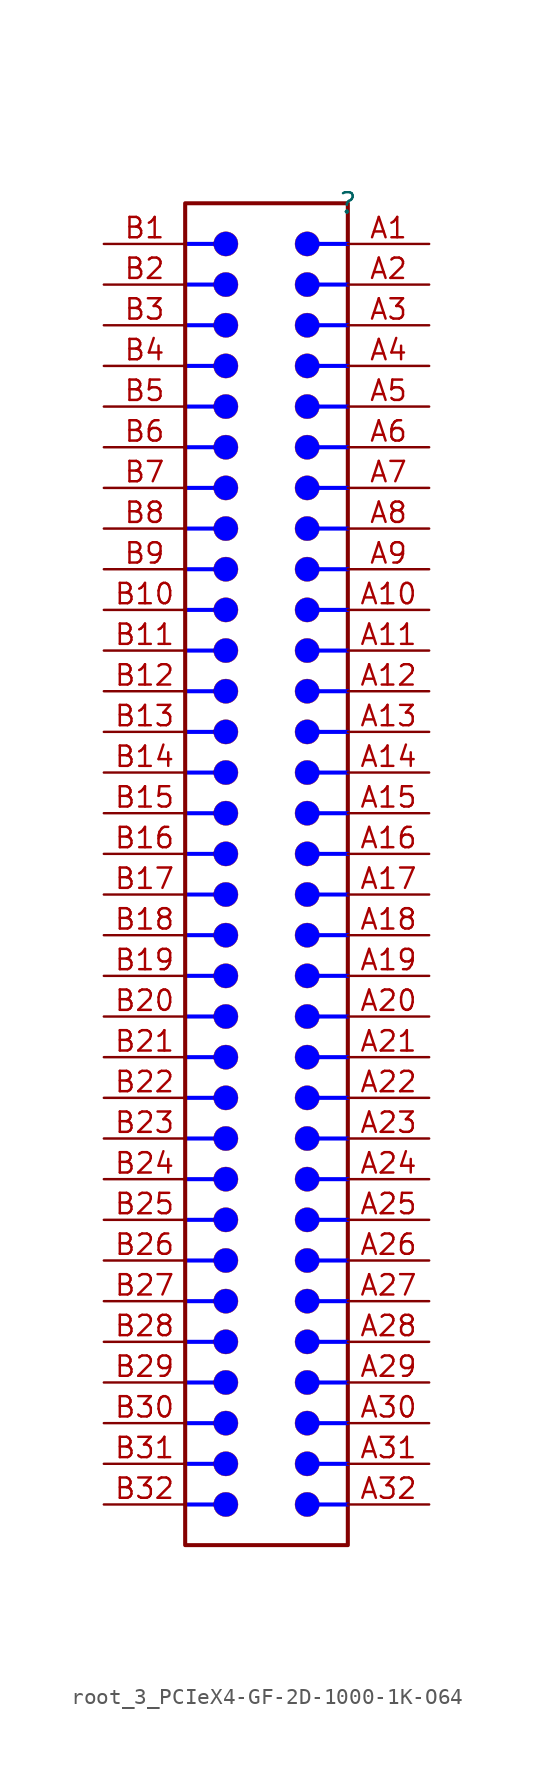
<source format=kicad_sym>
(kicad_symbol_lib
  (version 20220914)
  (generator kicad_symbol_editor)
  (symbol "root_3_PCIeX4-GF-2D-1000-1K-O64"
    (property "Reference" ""
      (at 0 0 0)
      (effects (font (size 1.27 1.27))))
    (property "Value" ""
      (at 0 0 0)
      (effects (font (size 1.27 1.27))))
    (symbol "root_3_PCIeX4-GF-2D-1000-1K-O64_1_0"
      (circle (center -7.62 -81.28) (radius 0.762) (stroke (width 0.0001) (type solid)) (fill (type color) (color 0 0 255 1)))
      (circle (center -7.62 -78.74) (radius 0.762) (stroke (width 0.0001) (type solid)) (fill (type color) (color 0 0 255 1)))
      (circle (center -7.62 -76.2) (radius 0.762) (stroke (width 0.0001) (type solid)) (fill (type color) (color 0 0 255 1)))
      (circle (center -7.62 -73.66) (radius 0.762) (stroke (width 0.0001) (type solid)) (fill (type color) (color 0 0 255 1)))
      (circle (center -7.62 -71.12) (radius 0.762) (stroke (width 0.0001) (type solid)) (fill (type color) (color 0 0 255 1)))
      (circle (center -7.62 -68.58) (radius 0.762) (stroke (width 0.0001) (type solid)) (fill (type color) (color 0 0 255 1)))
      (circle (center -7.62 -66.04) (radius 0.762) (stroke (width 0.0001) (type solid)) (fill (type color) (color 0 0 255 1)))
      (circle (center -7.62 -63.5) (radius 0.762) (stroke (width 0.0001) (type solid)) (fill (type color) (color 0 0 255 1)))
      (circle (center -7.62 -60.96) (radius 0.762) (stroke (width 0.0001) (type solid)) (fill (type color) (color 0 0 255 1)))
      (circle (center -7.62 -58.42) (radius 0.762) (stroke (width 0.0001) (type solid)) (fill (type color) (color 0 0 255 1)))
      (circle (center -7.62 -55.88) (radius 0.762) (stroke (width 0.0001) (type solid)) (fill (type color) (color 0 0 255 1)))
      (circle (center -7.62 -53.34) (radius 0.762) (stroke (width 0.0001) (type solid)) (fill (type color) (color 0 0 255 1)))
      (circle (center -7.62 -50.8) (radius 0.762) (stroke (width 0.0001) (type solid)) (fill (type color) (color 0 0 255 1)))
      (circle (center -7.62 -48.26) (radius 0.762) (stroke (width 0.0001) (type solid)) (fill (type color) (color 0 0 255 1)))
      (circle (center -7.62 -45.72) (radius 0.762) (stroke (width 0.0001) (type solid)) (fill (type color) (color 0 0 255 1)))
      (circle (center -7.62 -43.18) (radius 0.762) (stroke (width 0.0001) (type solid)) (fill (type color) (color 0 0 255 1)))
      (circle (center -7.62 -40.64) (radius 0.762) (stroke (width 0.0001) (type solid)) (fill (type color) (color 0 0 255 1)))
      (circle (center -7.62 -38.1) (radius 0.762) (stroke (width 0.0001) (type solid)) (fill (type color) (color 0 0 255 1)))
      (circle (center -7.62 -35.56) (radius 0.762) (stroke (width 0.0001) (type solid)) (fill (type color) (color 0 0 255 1)))
      (circle (center -7.62 -33.02) (radius 0.762) (stroke (width 0.0001) (type solid)) (fill (type color) (color 0 0 255 1)))
      (circle (center -7.62 -30.48) (radius 0.762) (stroke (width 0.0001) (type solid)) (fill (type color) (color 0 0 255 1)))
      (circle (center -7.62 -27.94) (radius 0.762) (stroke (width 0.0001) (type solid)) (fill (type color) (color 0 0 255 1)))
      (circle (center -7.62 -25.4) (radius 0.762) (stroke (width 0.0001) (type solid)) (fill (type color) (color 0 0 255 1)))
      (circle (center -7.62 -22.86) (radius 0.762) (stroke (width 0.0001) (type solid)) (fill (type color) (color 0 0 255 1)))
      (circle (center -7.62 -20.32) (radius 0.762) (stroke (width 0.0001) (type solid)) (fill (type color) (color 0 0 255 1)))
      (circle (center -7.62 -17.78) (radius 0.762) (stroke (width 0.0001) (type solid)) (fill (type color) (color 0 0 255 1)))
      (circle (center -7.62 -15.24) (radius 0.762) (stroke (width 0.0001) (type solid)) (fill (type color) (color 0 0 255 1)))
      (circle (center -7.62 -12.7) (radius 0.762) (stroke (width 0.0001) (type solid)) (fill (type color) (color 0 0 255 1)))
      (circle (center -7.62 -10.16) (radius 0.762) (stroke (width 0.0001) (type solid)) (fill (type color) (color 0 0 255 1)))
      (circle (center -7.62 -7.62) (radius 0.762) (stroke (width 0.0001) (type solid)) (fill (type color) (color 0 0 255 1)))
      (circle (center -7.62 -5.08) (radius 0.762) (stroke (width 0.0001) (type solid)) (fill (type color) (color 0 0 255 1)))
      (circle (center -7.62 -2.54) (radius 0.762) (stroke (width 0.0001) (type solid)) (fill (type color) (color 0 0 255 1)))
      (circle (center -2.54 -81.28) (radius 0.762) (stroke (width 0.0001) (type solid)) (fill (type color) (color 0 0 255 1)))
      (circle (center -2.54 -78.74) (radius 0.762) (stroke (width 0.0001) (type solid)) (fill (type color) (color 0 0 255 1)))
      (circle (center -2.54 -76.2) (radius 0.762) (stroke (width 0.0001) (type solid)) (fill (type color) (color 0 0 255 1)))
      (circle (center -2.54 -73.66) (radius 0.762) (stroke (width 0.0001) (type solid)) (fill (type color) (color 0 0 255 1)))
      (circle (center -2.54 -71.12) (radius 0.762) (stroke (width 0.0001) (type solid)) (fill (type color) (color 0 0 255 1)))
      (circle (center -2.54 -68.58) (radius 0.762) (stroke (width 0.0001) (type solid)) (fill (type color) (color 0 0 255 1)))
      (circle (center -2.54 -66.04) (radius 0.762) (stroke (width 0.0001) (type solid)) (fill (type color) (color 0 0 255 1)))
      (circle (center -2.54 -63.5) (radius 0.762) (stroke (width 0.0001) (type solid)) (fill (type color) (color 0 0 255 1)))
      (circle (center -2.54 -60.96) (radius 0.762) (stroke (width 0.0001) (type solid)) (fill (type color) (color 0 0 255 1)))
      (circle (center -2.54 -58.42) (radius 0.762) (stroke (width 0.0001) (type solid)) (fill (type color) (color 0 0 255 1)))
      (circle (center -2.54 -55.88) (radius 0.762) (stroke (width 0.0001) (type solid)) (fill (type color) (color 0 0 255 1)))
      (circle (center -2.54 -53.34) (radius 0.762) (stroke (width 0.0001) (type solid)) (fill (type color) (color 0 0 255 1)))
      (circle (center -2.54 -50.8) (radius 0.762) (stroke (width 0.0001) (type solid)) (fill (type color) (color 0 0 255 1)))
      (circle (center -2.54 -48.26) (radius 0.762) (stroke (width 0.0001) (type solid)) (fill (type color) (color 0 0 255 1)))
      (circle (center -2.54 -45.72) (radius 0.762) (stroke (width 0.0001) (type solid)) (fill (type color) (color 0 0 255 1)))
      (circle (center -2.54 -43.18) (radius 0.762) (stroke (width 0.0001) (type solid)) (fill (type color) (color 0 0 255 1)))
      (circle (center -2.54 -40.64) (radius 0.762) (stroke (width 0.0001) (type solid)) (fill (type color) (color 0 0 255 1)))
      (circle (center -2.54 -38.1) (radius 0.762) (stroke (width 0.0001) (type solid)) (fill (type color) (color 0 0 255 1)))
      (circle (center -2.54 -35.56) (radius 0.762) (stroke (width 0.0001) (type solid)) (fill (type color) (color 0 0 255 1)))
      (circle (center -2.54 -33.02) (radius 0.762) (stroke (width 0.0001) (type solid)) (fill (type color) (color 0 0 255 1)))
      (circle (center -2.54 -30.48) (radius 0.762) (stroke (width 0.0001) (type solid)) (fill (type color) (color 0 0 255 1)))
      (circle (center -2.54 -27.94) (radius 0.762) (stroke (width 0.0001) (type solid)) (fill (type color) (color 0 0 255 1)))
      (circle (center -2.54 -25.4) (radius 0.762) (stroke (width 0.0001) (type solid)) (fill (type color) (color 0 0 255 1)))
      (circle (center -2.54 -22.86) (radius 0.762) (stroke (width 0.0001) (type solid)) (fill (type color) (color 0 0 255 1)))
      (circle (center -2.54 -20.32) (radius 0.762) (stroke (width 0.0001) (type solid)) (fill (type color) (color 0 0 255 1)))
      (circle (center -2.54 -17.78) (radius 0.762) (stroke (width 0.0001) (type solid)) (fill (type color) (color 0 0 255 1)))
      (circle (center -2.54 -15.24) (radius 0.762) (stroke (width 0.0001) (type solid)) (fill (type color) (color 0 0 255 1)))
      (circle (center -2.54 -12.7) (radius 0.762) (stroke (width 0.0001) (type solid)) (fill (type color) (color 0 0 255 1)))
      (circle (center -2.54 -10.16) (radius 0.762) (stroke (width 0.0001) (type solid)) (fill (type color) (color 0 0 255 1)))
      (circle (center -2.54 -7.62) (radius 0.762) (stroke (width 0.0001) (type solid)) (fill (type color) (color 0 0 255 1)))
      (circle (center -2.54 -5.08) (radius 0.762) (stroke (width 0.0001) (type solid)) (fill (type color) (color 0 0 255 1)))
      (circle (center -2.54 -2.54) (radius 0.762) (stroke (width 0.0001) (type solid)) (fill (type color) (color 0 0 255 1)))
      (rectangle (start 0 0) (end -10.16 -83.82) (stroke (width 0.254) (type solid)) (fill (type none)))
      (polyline (pts (xy -10.16 -81.28) (xy -8.382 -81.28)) (stroke (width 0.254) (type solid) (color 0 0 255 1)) (fill (type none)))
      (polyline (pts (xy -10.16 -78.74) (xy -8.382 -78.74)) (stroke (width 0.254) (type solid) (color 0 0 255 1)) (fill (type none)))
      (polyline (pts (xy -10.16 -76.2) (xy -8.382 -76.2)) (stroke (width 0.254) (type solid) (color 0 0 255 1)) (fill (type none)))
      (polyline (pts (xy -10.16 -73.66) (xy -8.382 -73.66)) (stroke (width 0.254) (type solid) (color 0 0 255 1)) (fill (type none)))
      (polyline (pts (xy -10.16 -71.12) (xy -8.382 -71.12)) (stroke (width 0.254) (type solid) (color 0 0 255 1)) (fill (type none)))
      (polyline (pts (xy -10.16 -68.58) (xy -8.382 -68.58)) (stroke (width 0.254) (type solid) (color 0 0 255 1)) (fill (type none)))
      (polyline (pts (xy -10.16 -66.04) (xy -8.382 -66.04)) (stroke (width 0.254) (type solid) (color 0 0 255 1)) (fill (type none)))
      (polyline (pts (xy -10.16 -63.5) (xy -8.382 -63.5)) (stroke (width 0.254) (type solid) (color 0 0 255 1)) (fill (type none)))
      (polyline (pts (xy -10.16 -60.96) (xy -8.382 -60.96)) (stroke (width 0.254) (type solid) (color 0 0 255 1)) (fill (type none)))
      (polyline (pts (xy -10.16 -58.42) (xy -8.382 -58.42)) (stroke (width 0.254) (type solid) (color 0 0 255 1)) (fill (type none)))
      (polyline (pts (xy -10.16 -55.88) (xy -8.382 -55.88)) (stroke (width 0.254) (type solid) (color 0 0 255 1)) (fill (type none)))
      (polyline (pts (xy -10.16 -53.34) (xy -8.382 -53.34)) (stroke (width 0.254) (type solid) (color 0 0 255 1)) (fill (type none)))
      (polyline (pts (xy -10.16 -50.8) (xy -8.382 -50.8)) (stroke (width 0.254) (type solid) (color 0 0 255 1)) (fill (type none)))
      (polyline (pts (xy -10.16 -48.26) (xy -8.382 -48.26)) (stroke (width 0.254) (type solid) (color 0 0 255 1)) (fill (type none)))
      (polyline (pts (xy -10.16 -45.72) (xy -8.382 -45.72)) (stroke (width 0.254) (type solid) (color 0 0 255 1)) (fill (type none)))
      (polyline (pts (xy -10.16 -43.18) (xy -8.382 -43.18)) (stroke (width 0.254) (type solid) (color 0 0 255 1)) (fill (type none)))
      (polyline (pts (xy -10.16 -40.64) (xy -8.382 -40.64)) (stroke (width 0.254) (type solid) (color 0 0 255 1)) (fill (type none)))
      (polyline (pts (xy -10.16 -38.1) (xy -8.382 -38.1)) (stroke (width 0.254) (type solid) (color 0 0 255 1)) (fill (type none)))
      (polyline (pts (xy -10.16 -35.56) (xy -8.382 -35.56)) (stroke (width 0.254) (type solid) (color 0 0 255 1)) (fill (type none)))
      (polyline (pts (xy -10.16 -33.02) (xy -8.382 -33.02)) (stroke (width 0.254) (type solid) (color 0 0 255 1)) (fill (type none)))
      (polyline (pts (xy -10.16 -30.48) (xy -8.382 -30.48)) (stroke (width 0.254) (type solid) (color 0 0 255 1)) (fill (type none)))
      (polyline (pts (xy -10.16 -27.94) (xy -8.382 -27.94)) (stroke (width 0.254) (type solid) (color 0 0 255 1)) (fill (type none)))
      (polyline (pts (xy -10.16 -25.4) (xy -8.382 -25.4)) (stroke (width 0.254) (type solid) (color 0 0 255 1)) (fill (type none)))
      (polyline (pts (xy -10.16 -22.86) (xy -8.382 -22.86)) (stroke (width 0.254) (type solid) (color 0 0 255 1)) (fill (type none)))
      (polyline (pts (xy -10.16 -20.32) (xy -8.382 -20.32)) (stroke (width 0.254) (type solid) (color 0 0 255 1)) (fill (type none)))
      (polyline (pts (xy -10.16 -17.78) (xy -8.382 -17.78)) (stroke (width 0.254) (type solid) (color 0 0 255 1)) (fill (type none)))
      (polyline (pts (xy -10.16 -15.24) (xy -8.382 -15.24)) (stroke (width 0.254) (type solid) (color 0 0 255 1)) (fill (type none)))
      (polyline (pts (xy -10.16 -12.7) (xy -8.382 -12.7)) (stroke (width 0.254) (type solid) (color 0 0 255 1)) (fill (type none)))
      (polyline (pts (xy -10.16 -10.16) (xy -8.382 -10.16)) (stroke (width 0.254) (type solid) (color 0 0 255 1)) (fill (type none)))
      (polyline (pts (xy -10.16 -7.62) (xy -8.382 -7.62)) (stroke (width 0.254) (type solid) (color 0 0 255 1)) (fill (type none)))
      (polyline (pts (xy -10.16 -5.08) (xy -8.382 -5.08)) (stroke (width 0.254) (type solid) (color 0 0 255 1)) (fill (type none)))
      (polyline (pts (xy -10.16 -2.54) (xy -8.382 -2.54)) (stroke (width 0.254) (type solid) (color 0 0 255 1)) (fill (type none)))
      (polyline (pts (xy 0 -81.28) (xy -1.778 -81.28)) (stroke (width 0.254) (type solid) (color 0 0 255 1)) (fill (type none)))
      (polyline (pts (xy 0 -78.74) (xy -1.778 -78.74)) (stroke (width 0.254) (type solid) (color 0 0 255 1)) (fill (type none)))
      (polyline (pts (xy 0 -76.2) (xy -1.778 -76.2)) (stroke (width 0.254) (type solid) (color 0 0 255 1)) (fill (type none)))
      (polyline (pts (xy 0 -73.66) (xy -1.778 -73.66)) (stroke (width 0.254) (type solid) (color 0 0 255 1)) (fill (type none)))
      (polyline (pts (xy 0 -71.12) (xy -1.778 -71.12)) (stroke (width 0.254) (type solid) (color 0 0 255 1)) (fill (type none)))
      (polyline (pts (xy 0 -68.58) (xy -1.778 -68.58)) (stroke (width 0.254) (type solid) (color 0 0 255 1)) (fill (type none)))
      (polyline (pts (xy 0 -66.04) (xy -1.778 -66.04)) (stroke (width 0.254) (type solid) (color 0 0 255 1)) (fill (type none)))
      (polyline (pts (xy 0 -63.5) (xy -1.778 -63.5)) (stroke (width 0.254) (type solid) (color 0 0 255 1)) (fill (type none)))
      (polyline (pts (xy 0 -60.96) (xy -1.778 -60.96)) (stroke (width 0.254) (type solid) (color 0 0 255 1)) (fill (type none)))
      (polyline (pts (xy 0 -58.42) (xy -1.778 -58.42)) (stroke (width 0.254) (type solid) (color 0 0 255 1)) (fill (type none)))
      (polyline (pts (xy 0 -55.88) (xy -1.778 -55.88)) (stroke (width 0.254) (type solid) (color 0 0 255 1)) (fill (type none)))
      (polyline (pts (xy 0 -53.34) (xy -1.778 -53.34)) (stroke (width 0.254) (type solid) (color 0 0 255 1)) (fill (type none)))
      (polyline (pts (xy 0 -50.8) (xy -1.778 -50.8)) (stroke (width 0.254) (type solid) (color 0 0 255 1)) (fill (type none)))
      (polyline (pts (xy 0 -48.26) (xy -1.778 -48.26)) (stroke (width 0.254) (type solid) (color 0 0 255 1)) (fill (type none)))
      (polyline (pts (xy 0 -45.72) (xy -1.778 -45.72)) (stroke (width 0.254) (type solid) (color 0 0 255 1)) (fill (type none)))
      (polyline (pts (xy 0 -43.18) (xy -1.778 -43.18)) (stroke (width 0.254) (type solid) (color 0 0 255 1)) (fill (type none)))
      (polyline (pts (xy 0 -40.64) (xy -1.778 -40.64)) (stroke (width 0.254) (type solid) (color 0 0 255 1)) (fill (type none)))
      (polyline (pts (xy 0 -38.1) (xy -1.778 -38.1)) (stroke (width 0.254) (type solid) (color 0 0 255 1)) (fill (type none)))
      (polyline (pts (xy 0 -35.56) (xy -1.778 -35.56)) (stroke (width 0.254) (type solid) (color 0 0 255 1)) (fill (type none)))
      (polyline (pts (xy 0 -33.02) (xy -1.778 -33.02)) (stroke (width 0.254) (type solid) (color 0 0 255 1)) (fill (type none)))
      (polyline (pts (xy 0 -30.48) (xy -1.778 -30.48)) (stroke (width 0.254) (type solid) (color 0 0 255 1)) (fill (type none)))
      (polyline (pts (xy 0 -27.94) (xy -1.778 -27.94)) (stroke (width 0.254) (type solid) (color 0 0 255 1)) (fill (type none)))
      (polyline (pts (xy 0 -25.4) (xy -1.778 -25.4)) (stroke (width 0.254) (type solid) (color 0 0 255 1)) (fill (type none)))
      (polyline (pts (xy 0 -22.86) (xy -1.778 -22.86)) (stroke (width 0.254) (type solid) (color 0 0 255 1)) (fill (type none)))
      (polyline (pts (xy 0 -20.32) (xy -1.778 -20.32)) (stroke (width 0.254) (type solid) (color 0 0 255 1)) (fill (type none)))
      (polyline (pts (xy 0 -17.78) (xy -1.778 -17.78)) (stroke (width 0.254) (type solid) (color 0 0 255 1)) (fill (type none)))
      (polyline (pts (xy 0 -15.24) (xy -1.778 -15.24)) (stroke (width 0.254) (type solid) (color 0 0 255 1)) (fill (type none)))
      (polyline (pts (xy 0 -12.7) (xy -1.778 -12.7)) (stroke (width 0.254) (type solid) (color 0 0 255 1)) (fill (type none)))
      (polyline (pts (xy 0 -10.16) (xy -1.778 -10.16)) (stroke (width 0.254) (type solid) (color 0 0 255 1)) (fill (type none)))
      (polyline (pts (xy 0 -7.62) (xy -1.778 -7.62)) (stroke (width 0.254) (type solid) (color 0 0 255 1)) (fill (type none)))
      (polyline (pts (xy 0 -5.08) (xy -1.778 -5.08)) (stroke (width 0.254) (type solid) (color 0 0 255 1)) (fill (type none)))
      (polyline (pts (xy 0 -2.54) (xy -1.778 -2.54)) (stroke (width 0.254) (type solid) (color 0 0 255 1)) (fill (type none)))
      (pin passive line (at 5.08 -2.54 180) (length 5.08) (name "A1" (effects (font (size 0 0)))) (number "A1" (effects (font (size 1.27 1.27)))))
      (pin passive line (at 5.08 -25.4 180) (length 5.08) (name "A10" (effects (font (size 0 0)))) (number "A10" (effects (font (size 1.27 1.27)))))
      (pin passive line (at 5.08 -27.94 180) (length 5.08) (name "A11" (effects (font (size 0 0)))) (number "A11" (effects (font (size 1.27 1.27)))))
      (pin passive line (at 5.08 -30.48 180) (length 5.08) (name "A12" (effects (font (size 0 0)))) (number "A12" (effects (font (size 1.27 1.27)))))
      (pin passive line (at 5.08 -33.02 180) (length 5.08) (name "A13" (effects (font (size 0 0)))) (number "A13" (effects (font (size 1.27 1.27)))))
      (pin passive line (at 5.08 -35.56 180) (length 5.08) (name "A14" (effects (font (size 0 0)))) (number "A14" (effects (font (size 1.27 1.27)))))
      (pin passive line (at 5.08 -38.1 180) (length 5.08) (name "A15" (effects (font (size 0 0)))) (number "A15" (effects (font (size 1.27 1.27)))))
      (pin passive line (at 5.08 -40.64 180) (length 5.08) (name "A16" (effects (font (size 0 0)))) (number "A16" (effects (font (size 1.27 1.27)))))
      (pin passive line (at 5.08 -43.18 180) (length 5.08) (name "A17" (effects (font (size 0 0)))) (number "A17" (effects (font (size 1.27 1.27)))))
      (pin passive line (at 5.08 -45.72 180) (length 5.08) (name "A18" (effects (font (size 0 0)))) (number "A18" (effects (font (size 1.27 1.27)))))
      (pin passive line (at 5.08 -48.26 180) (length 5.08) (name "A19" (effects (font (size 0 0)))) (number "A19" (effects (font (size 1.27 1.27)))))
      (pin passive line (at 5.08 -5.08 180) (length 5.08) (name "A2" (effects (font (size 0 0)))) (number "A2" (effects (font (size 1.27 1.27)))))
      (pin passive line (at 5.08 -50.8 180) (length 5.08) (name "A20" (effects (font (size 0 0)))) (number "A20" (effects (font (size 1.27 1.27)))))
      (pin passive line (at 5.08 -53.34 180) (length 5.08) (name "A21" (effects (font (size 0 0)))) (number "A21" (effects (font (size 1.27 1.27)))))
      (pin passive line (at 5.08 -55.88 180) (length 5.08) (name "A22" (effects (font (size 0 0)))) (number "A22" (effects (font (size 1.27 1.27)))))
      (pin passive line (at 5.08 -58.42 180) (length 5.08) (name "A23" (effects (font (size 0 0)))) (number "A23" (effects (font (size 1.27 1.27)))))
      (pin passive line (at 5.08 -60.96 180) (length 5.08) (name "A24" (effects (font (size 0 0)))) (number "A24" (effects (font (size 1.27 1.27)))))
      (pin passive line (at 5.08 -63.5 180) (length 5.08) (name "A25" (effects (font (size 0 0)))) (number "A25" (effects (font (size 1.27 1.27)))))
      (pin passive line (at 5.08 -66.04 180) (length 5.08) (name "A26" (effects (font (size 0 0)))) (number "A26" (effects (font (size 1.27 1.27)))))
      (pin passive line (at 5.08 -68.58 180) (length 5.08) (name "A27" (effects (font (size 0 0)))) (number "A27" (effects (font (size 1.27 1.27)))))
      (pin passive line (at 5.08 -71.12 180) (length 5.08) (name "A28" (effects (font (size 0 0)))) (number "A28" (effects (font (size 1.27 1.27)))))
      (pin passive line (at 5.08 -73.66 180) (length 5.08) (name "A29" (effects (font (size 0 0)))) (number "A29" (effects (font (size 1.27 1.27)))))
      (pin passive line (at 5.08 -7.62 180) (length 5.08) (name "A3" (effects (font (size 0 0)))) (number "A3" (effects (font (size 1.27 1.27)))))
      (pin passive line (at 5.08 -76.2 180) (length 5.08) (name "A30" (effects (font (size 0 0)))) (number "A30" (effects (font (size 1.27 1.27)))))
      (pin passive line (at 5.08 -78.74 180) (length 5.08) (name "A31" (effects (font (size 0 0)))) (number "A31" (effects (font (size 1.27 1.27)))))
      (pin passive line (at 5.08 -81.28 180) (length 5.08) (name "A32" (effects (font (size 0 0)))) (number "A32" (effects (font (size 1.27 1.27)))))
      (pin passive line (at 5.08 -10.16 180) (length 5.08) (name "A4" (effects (font (size 0 0)))) (number "A4" (effects (font (size 1.27 1.27)))))
      (pin passive line (at 5.08 -12.7 180) (length 5.08) (name "A5" (effects (font (size 0 0)))) (number "A5" (effects (font (size 1.27 1.27)))))
      (pin passive line (at 5.08 -15.24 180) (length 5.08) (name "A6" (effects (font (size 0 0)))) (number "A6" (effects (font (size 1.27 1.27)))))
      (pin passive line (at 5.08 -17.78 180) (length 5.08) (name "A7" (effects (font (size 0 0)))) (number "A7" (effects (font (size 1.27 1.27)))))
      (pin passive line (at 5.08 -20.32 180) (length 5.08) (name "A8" (effects (font (size 0 0)))) (number "A8" (effects (font (size 1.27 1.27)))))
      (pin passive line (at 5.08 -22.86 180) (length 5.08) (name "A9" (effects (font (size 0 0)))) (number "A9" (effects (font (size 1.27 1.27)))))
      (pin passive line (at -15.24 -2.54 0) (length 5.08) (name "B1" (effects (font (size 0 0)))) (number "B1" (effects (font (size 1.27 1.27)))))
      (pin passive line (at -15.24 -25.4 0) (length 5.08) (name "B10" (effects (font (size 0 0)))) (number "B10" (effects (font (size 1.27 1.27)))))
      (pin passive line (at -15.24 -27.94 0) (length 5.08) (name "B11" (effects (font (size 0 0)))) (number "B11" (effects (font (size 1.27 1.27)))))
      (pin passive line (at -15.24 -30.48 0) (length 5.08) (name "B12" (effects (font (size 0 0)))) (number "B12" (effects (font (size 1.27 1.27)))))
      (pin passive line (at -15.24 -33.02 0) (length 5.08) (name "B13" (effects (font (size 0 0)))) (number "B13" (effects (font (size 1.27 1.27)))))
      (pin passive line (at -15.24 -35.56 0) (length 5.08) (name "B14" (effects (font (size 0 0)))) (number "B14" (effects (font (size 1.27 1.27)))))
      (pin passive line (at -15.24 -38.1 0) (length 5.08) (name "B15" (effects (font (size 0 0)))) (number "B15" (effects (font (size 1.27 1.27)))))
      (pin passive line (at -15.24 -40.64 0) (length 5.08) (name "B16" (effects (font (size 0 0)))) (number "B16" (effects (font (size 1.27 1.27)))))
      (pin passive line (at -15.24 -43.18 0) (length 5.08) (name "B17" (effects (font (size 0 0)))) (number "B17" (effects (font (size 1.27 1.27)))))
      (pin passive line (at -15.24 -45.72 0) (length 5.08) (name "B18" (effects (font (size 0 0)))) (number "B18" (effects (font (size 1.27 1.27)))))
      (pin passive line (at -15.24 -48.26 0) (length 5.08) (name "B19" (effects (font (size 0 0)))) (number "B19" (effects (font (size 1.27 1.27)))))
      (pin passive line (at -15.24 -5.08 0) (length 5.08) (name "B2" (effects (font (size 0 0)))) (number "B2" (effects (font (size 1.27 1.27)))))
      (pin passive line (at -15.24 -50.8 0) (length 5.08) (name "B20" (effects (font (size 0 0)))) (number "B20" (effects (font (size 1.27 1.27)))))
      (pin passive line (at -15.24 -53.34 0) (length 5.08) (name "B21" (effects (font (size 0 0)))) (number "B21" (effects (font (size 1.27 1.27)))))
      (pin passive line (at -15.24 -55.88 0) (length 5.08) (name "B22" (effects (font (size 0 0)))) (number "B22" (effects (font (size 1.27 1.27)))))
      (pin passive line (at -15.24 -58.42 0) (length 5.08) (name "B23" (effects (font (size 0 0)))) (number "B23" (effects (font (size 1.27 1.27)))))
      (pin passive line (at -15.24 -60.96 0) (length 5.08) (name "B24" (effects (font (size 0 0)))) (number "B24" (effects (font (size 1.27 1.27)))))
      (pin passive line (at -15.24 -63.5 0) (length 5.08) (name "B25" (effects (font (size 0 0)))) (number "B25" (effects (font (size 1.27 1.27)))))
      (pin passive line (at -15.24 -66.04 0) (length 5.08) (name "B26" (effects (font (size 0 0)))) (number "B26" (effects (font (size 1.27 1.27)))))
      (pin passive line (at -15.24 -68.58 0) (length 5.08) (name "B27" (effects (font (size 0 0)))) (number "B27" (effects (font (size 1.27 1.27)))))
      (pin passive line (at -15.24 -71.12 0) (length 5.08) (name "B28" (effects (font (size 0 0)))) (number "B28" (effects (font (size 1.27 1.27)))))
      (pin passive line (at -15.24 -73.66 0) (length 5.08) (name "B29" (effects (font (size 0 0)))) (number "B29" (effects (font (size 1.27 1.27)))))
      (pin passive line (at -15.24 -7.62 0) (length 5.08) (name "B3" (effects (font (size 0 0)))) (number "B3" (effects (font (size 1.27 1.27)))))
      (pin passive line (at -15.24 -76.2 0) (length 5.08) (name "B30" (effects (font (size 0 0)))) (number "B30" (effects (font (size 1.27 1.27)))))
      (pin passive line (at -15.24 -78.74 0) (length 5.08) (name "B31" (effects (font (size 0 0)))) (number "B31" (effects (font (size 1.27 1.27)))))
      (pin passive line (at -15.24 -81.28 0) (length 5.08) (name "B32" (effects (font (size 0 0)))) (number "B32" (effects (font (size 1.27 1.27)))))
      (pin passive line (at -15.24 -10.16 0) (length 5.08) (name "B4" (effects (font (size 0 0)))) (number "B4" (effects (font (size 1.27 1.27)))))
      (pin passive line (at -15.24 -12.7 0) (length 5.08) (name "B5" (effects (font (size 0 0)))) (number "B5" (effects (font (size 1.27 1.27)))))
      (pin passive line (at -15.24 -15.24 0) (length 5.08) (name "B6" (effects (font (size 0 0)))) (number "B6" (effects (font (size 1.27 1.27)))))
      (pin passive line (at -15.24 -17.78 0) (length 5.08) (name "B7" (effects (font (size 0 0)))) (number "B7" (effects (font (size 1.27 1.27)))))
      (pin passive line (at -15.24 -20.32 0) (length 5.08) (name "B8" (effects (font (size 0 0)))) (number "B8" (effects (font (size 1.27 1.27)))))
      (pin passive line (at -15.24 -22.86 0) (length 5.08) (name "B9" (effects (font (size 0 0)))) (number "B9" (effects (font (size 1.27 1.27))))))))
</source>
